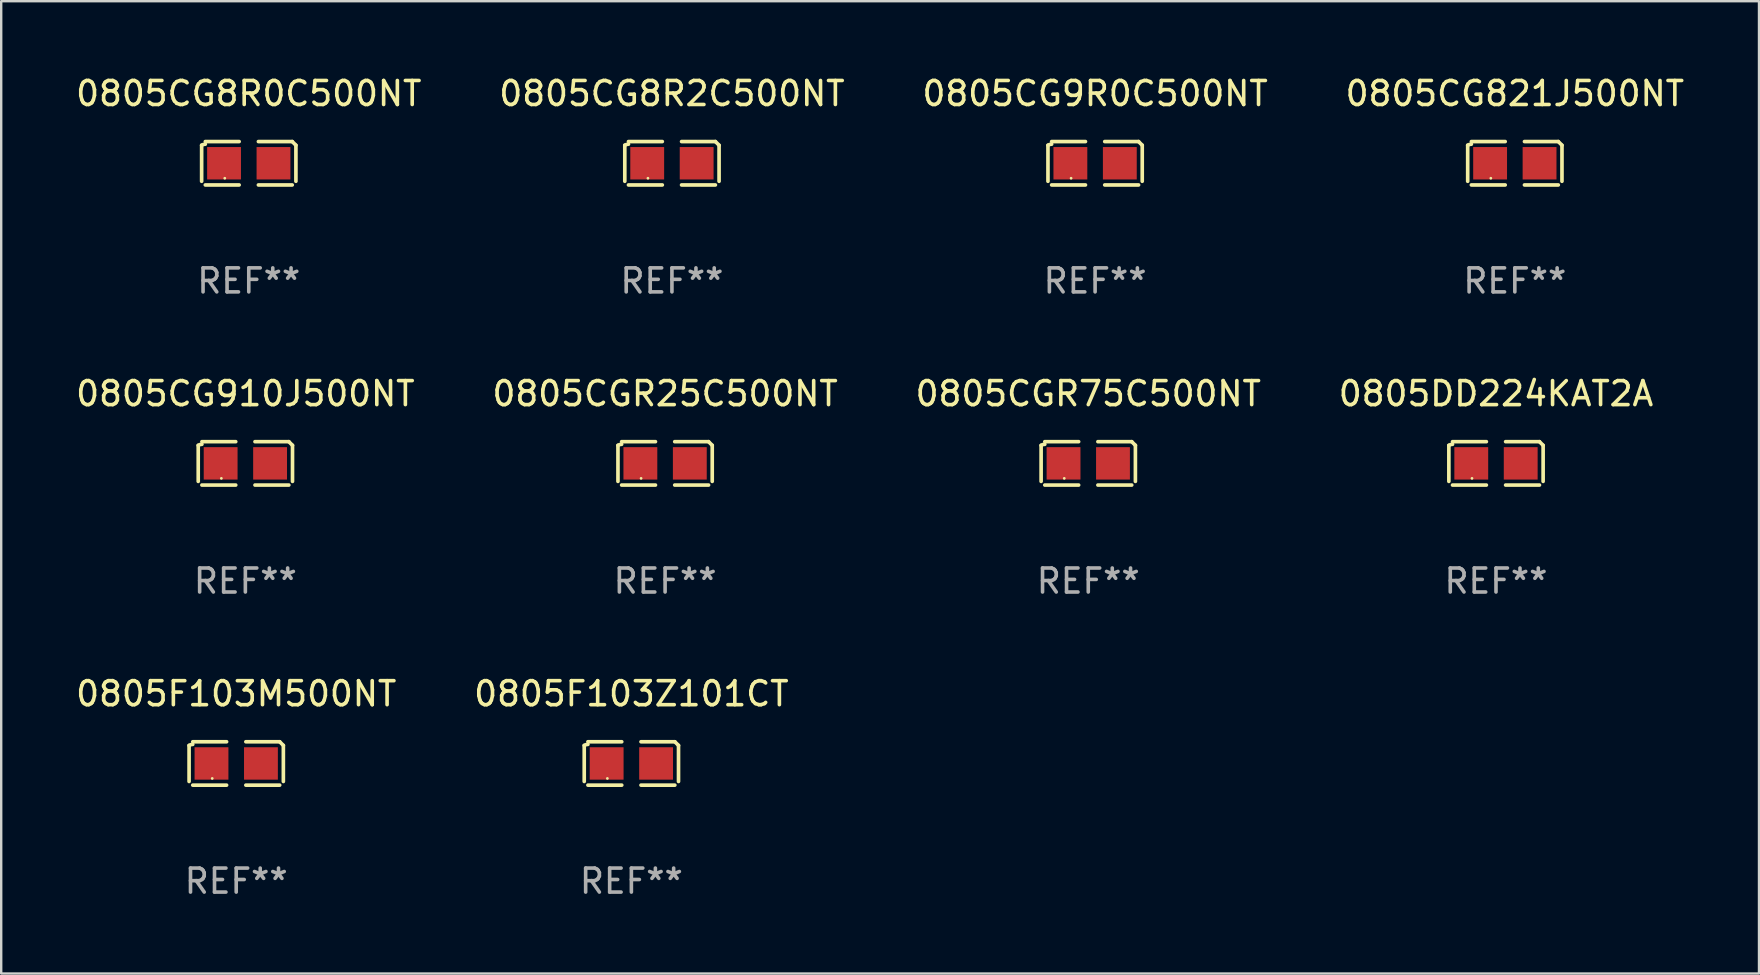
<source format=kicad_pcb>
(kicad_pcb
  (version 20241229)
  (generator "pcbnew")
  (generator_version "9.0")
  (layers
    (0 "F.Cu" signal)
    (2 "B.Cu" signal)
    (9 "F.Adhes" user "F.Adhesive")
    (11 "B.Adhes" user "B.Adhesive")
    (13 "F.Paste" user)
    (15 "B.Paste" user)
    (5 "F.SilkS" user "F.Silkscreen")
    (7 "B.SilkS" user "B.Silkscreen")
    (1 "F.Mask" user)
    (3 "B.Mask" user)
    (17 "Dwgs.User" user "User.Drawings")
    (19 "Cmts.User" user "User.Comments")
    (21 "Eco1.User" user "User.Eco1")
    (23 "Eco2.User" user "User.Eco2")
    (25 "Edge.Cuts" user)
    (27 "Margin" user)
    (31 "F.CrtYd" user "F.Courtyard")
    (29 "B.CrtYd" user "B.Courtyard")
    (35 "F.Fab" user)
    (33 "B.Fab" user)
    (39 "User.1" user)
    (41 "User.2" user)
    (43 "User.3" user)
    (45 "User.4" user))
  (footprint "0805CG910J500NT"
    (layer "F.Cu")
    (at 7.173 16.256)
    (property "Reference" "0805CG910J500NT" (at 0 -2.904 0) (layer "F.SilkS") (effects (font (size 1 1) (thickness 0.15))))
    (attr through_hole)
    (fp_line (start -1.964 0.751) (end -1.964 -0.751) (stroke (width 0.152) (type solid)) (layer "F.SilkS"))
    (fp_line (start -1.811 -0.904) (end -0.401 -0.904) (stroke (width 0.152) (type solid)) (layer "F.SilkS"))
    (fp_line (start -0.401 0.904) (end -1.811 0.904) (stroke (width 0.152) (type solid)) (layer "F.SilkS"))
    (fp_line (start 0.401 0.904) (end 1.811 0.904) (stroke (width 0.152) (type solid)) (layer "F.SilkS"))
    (fp_line (start 1.811 -0.904) (end 0.401 -0.904) (stroke (width 0.152) (type solid)) (layer "F.SilkS"))
    (fp_line (start 1.964 0.751) (end 1.964 -0.751) (stroke (width 0.152) (type solid)) (layer "F.SilkS"))
    (fp_arc (start -1.963602 -0.751207) (mid -1.890354 -0.783131) (end -1.811201 -0.794044) (stroke (width 0.1524) (type solid)) (layer "F.SilkS"))
    (fp_arc (start 1.811202 -0.903607) (mid 1.887413 -0.827418) (end 1.963602 -0.751207) (stroke (width 0.1524) (type solid)) (layer "F.SilkS"))
    (fp_circle (center -1 0.625) (end -0.97 0.625) (stroke (width 0.06) (type solid)) (fill no) (layer "F.SilkS"))
    (fp_text user "REF**" (at 0 4.904 0) (layer "F.Fab") (effects (font (size 1 1) (thickness 0.15))))
    (pad "1" smd rect (at -1.03 0) (size 1.41 1.35) (layers "F.Cu" "F.Mask" "F.Paste"))
    (pad "2" smd rect (at 1.03 0) (size 1.41 1.35) (layers "F.Cu" "F.Mask" "F.Paste")))
  (footprint "0805CGR75C500NT"
    (layer "F.Cu")
    (at 42.292 16.256)
    (property "Reference" "0805CGR75C500NT" (at 0 -2.904 0) (layer "F.SilkS") (effects (font (size 1 1) (thickness 0.15))))
    (attr through_hole)
    (fp_line (start -1.964 0.751) (end -1.964 -0.751) (stroke (width 0.152) (type solid)) (layer "F.SilkS"))
    (fp_line (start -1.811 -0.904) (end -0.401 -0.904) (stroke (width 0.152) (type solid)) (layer "F.SilkS"))
    (fp_line (start -0.401 0.904) (end -1.811 0.904) (stroke (width 0.152) (type solid)) (layer "F.SilkS"))
    (fp_line (start 0.401 0.904) (end 1.811 0.904) (stroke (width 0.152) (type solid)) (layer "F.SilkS"))
    (fp_line (start 1.811 -0.904) (end 0.401 -0.904) (stroke (width 0.152) (type solid)) (layer "F.SilkS"))
    (fp_line (start 1.964 0.751) (end 1.964 -0.751) (stroke (width 0.152) (type solid)) (layer "F.SilkS"))
    (fp_arc (start -1.963602 -0.751207) (mid -1.890354 -0.783131) (end -1.811201 -0.794044) (stroke (width 0.1524) (type solid)) (layer "F.SilkS"))
    (fp_arc (start 1.811202 -0.903607) (mid 1.887413 -0.827418) (end 1.963602 -0.751207) (stroke (width 0.1524) (type solid)) (layer "F.SilkS"))
    (fp_circle (center -1 0.625) (end -0.97 0.625) (stroke (width 0.06) (type solid)) (fill no) (layer "F.SilkS"))
    (fp_text user "REF**" (at 0 4.904 0) (layer "F.Fab") (effects (font (size 1 1) (thickness 0.15))))
    (pad "1" smd rect (at -1.03 0) (size 1.41 1.35) (layers "F.Cu" "F.Mask" "F.Paste"))
    (pad "2" smd rect (at 1.03 0) (size 1.41 1.35) (layers "F.Cu" "F.Mask" "F.Paste")))
  (footprint "0805CG821J500NT"
    (layer "F.Cu")
    (at 60.065 3.752)
    (property "Reference" "0805CG821J500NT" (at 0 -2.904 0) (layer "F.SilkS") (effects (font (size 1 1) (thickness 0.15))))
    (attr through_hole)
    (fp_line (start -1.964 0.751) (end -1.964 -0.751) (stroke (width 0.152) (type solid)) (layer "F.SilkS"))
    (fp_line (start -1.811 -0.904) (end -0.401 -0.904) (stroke (width 0.152) (type solid)) (layer "F.SilkS"))
    (fp_line (start -0.401 0.904) (end -1.811 0.904) (stroke (width 0.152) (type solid)) (layer "F.SilkS"))
    (fp_line (start 0.401 0.904) (end 1.811 0.904) (stroke (width 0.152) (type solid)) (layer "F.SilkS"))
    (fp_line (start 1.811 -0.904) (end 0.401 -0.904) (stroke (width 0.152) (type solid)) (layer "F.SilkS"))
    (fp_line (start 1.964 0.751) (end 1.964 -0.751) (stroke (width 0.152) (type solid)) (layer "F.SilkS"))
    (fp_arc (start -1.963602 -0.751207) (mid -1.890354 -0.783131) (end -1.811201 -0.794044) (stroke (width 0.1524) (type solid)) (layer "F.SilkS"))
    (fp_arc (start 1.811202 -0.903607) (mid 1.887413 -0.827418) (end 1.963602 -0.751207) (stroke (width 0.1524) (type solid)) (layer "F.SilkS"))
    (fp_circle (center -1 0.625) (end -0.97 0.625) (stroke (width 0.06) (type solid)) (fill no) (layer "F.SilkS"))
    (fp_text user "REF**" (at 0 4.904 0) (layer "F.Fab") (effects (font (size 1 1) (thickness 0.15))))
    (pad "1" smd rect (at -1.03 0) (size 1.41 1.35) (layers "F.Cu" "F.Mask" "F.Paste"))
    (pad "2" smd rect (at 1.03 0) (size 1.41 1.35) (layers "F.Cu" "F.Mask" "F.Paste")))
  (footprint "0805F103Z101CT"
    (layer "F.Cu")
    (at 23.256 28.759)
    (property "Reference" "0805F103Z101CT" (at 0 -2.904 0) (layer "F.SilkS") (effects (font (size 1 1) (thickness 0.15))))
    (attr through_hole)
    (fp_line (start -1.964 0.751) (end -1.964 -0.751) (stroke (width 0.152) (type solid)) (layer "F.SilkS"))
    (fp_line (start -1.811 -0.904) (end -0.401 -0.904) (stroke (width 0.152) (type solid)) (layer "F.SilkS"))
    (fp_line (start -0.401 0.904) (end -1.811 0.904) (stroke (width 0.152) (type solid)) (layer "F.SilkS"))
    (fp_line (start 0.401 0.904) (end 1.811 0.904) (stroke (width 0.152) (type solid)) (layer "F.SilkS"))
    (fp_line (start 1.811 -0.904) (end 0.401 -0.904) (stroke (width 0.152) (type solid)) (layer "F.SilkS"))
    (fp_line (start 1.964 0.751) (end 1.964 -0.751) (stroke (width 0.152) (type solid)) (layer "F.SilkS"))
    (fp_arc (start -1.963602 -0.751207) (mid -1.890354 -0.783131) (end -1.811201 -0.794044) (stroke (width 0.1524) (type solid)) (layer "F.SilkS"))
    (fp_arc (start 1.811202 -0.903607) (mid 1.887413 -0.827418) (end 1.963602 -0.751207) (stroke (width 0.1524) (type solid)) (layer "F.SilkS"))
    (fp_circle (center -1 0.625) (end -0.97 0.625) (stroke (width 0.06) (type solid)) (fill no) (layer "F.SilkS"))
    (fp_text user "REF**" (at 0 4.904 0) (layer "F.Fab") (effects (font (size 1 1) (thickness 0.15))))
    (pad "1" smd rect (at -1.03 0) (size 1.41 1.35) (layers "F.Cu" "F.Mask" "F.Paste"))
    (pad "2" smd rect (at 1.03 0) (size 1.41 1.35) (layers "F.Cu" "F.Mask" "F.Paste")))
  (footprint "0805CG8R0C500NT"
    (layer "F.Cu")
    (at 7.315 3.752)
    (property "Reference" "0805CG8R0C500NT" (at 0 -2.904 0) (layer "F.SilkS") (effects (font (size 1 1) (thickness 0.15))))
    (attr through_hole)
    (fp_line (start -1.964 0.751) (end -1.964 -0.751) (stroke (width 0.152) (type solid)) (layer "F.SilkS"))
    (fp_line (start -1.811 -0.904) (end -0.401 -0.904) (stroke (width 0.152) (type solid)) (layer "F.SilkS"))
    (fp_line (start -0.401 0.904) (end -1.811 0.904) (stroke (width 0.152) (type solid)) (layer "F.SilkS"))
    (fp_line (start 0.401 0.904) (end 1.811 0.904) (stroke (width 0.152) (type solid)) (layer "F.SilkS"))
    (fp_line (start 1.811 -0.904) (end 0.401 -0.904) (stroke (width 0.152) (type solid)) (layer "F.SilkS"))
    (fp_line (start 1.964 0.751) (end 1.964 -0.751) (stroke (width 0.152) (type solid)) (layer "F.SilkS"))
    (fp_arc (start -1.963602 -0.751207) (mid -1.890354 -0.783131) (end -1.811201 -0.794044) (stroke (width 0.1524) (type solid)) (layer "F.SilkS"))
    (fp_arc (start 1.811202 -0.903607) (mid 1.887413 -0.827418) (end 1.963602 -0.751207) (stroke (width 0.1524) (type solid)) (layer "F.SilkS"))
    (fp_circle (center -1 0.625) (end -0.97 0.625) (stroke (width 0.06) (type solid)) (fill no) (layer "F.SilkS"))
    (fp_text user "REF**" (at 0 4.904 0) (layer "F.Fab") (effects (font (size 1 1) (thickness 0.15))))
    (pad "1" smd rect (at -1.03 0) (size 1.41 1.35) (layers "F.Cu" "F.Mask" "F.Paste"))
    (pad "2" smd rect (at 1.03 0) (size 1.41 1.35) (layers "F.Cu" "F.Mask" "F.Paste")))
  (footprint "0805CG8R2C500NT"
    (layer "F.Cu")
    (at 24.946 3.752)
    (property "Reference" "0805CG8R2C500NT" (at 0 -2.904 0) (layer "F.SilkS") (effects (font (size 1 1) (thickness 0.15))))
    (attr through_hole)
    (fp_line (start -1.964 0.751) (end -1.964 -0.751) (stroke (width 0.152) (type solid)) (layer "F.SilkS"))
    (fp_line (start -1.811 -0.904) (end -0.401 -0.904) (stroke (width 0.152) (type solid)) (layer "F.SilkS"))
    (fp_line (start -0.401 0.904) (end -1.811 0.904) (stroke (width 0.152) (type solid)) (layer "F.SilkS"))
    (fp_line (start 0.401 0.904) (end 1.811 0.904) (stroke (width 0.152) (type solid)) (layer "F.SilkS"))
    (fp_line (start 1.811 -0.904) (end 0.401 -0.904) (stroke (width 0.152) (type solid)) (layer "F.SilkS"))
    (fp_line (start 1.964 0.751) (end 1.964 -0.751) (stroke (width 0.152) (type solid)) (layer "F.SilkS"))
    (fp_arc (start -1.963602 -0.751207) (mid -1.890354 -0.783131) (end -1.811201 -0.794044) (stroke (width 0.1524) (type solid)) (layer "F.SilkS"))
    (fp_arc (start 1.811202 -0.903607) (mid 1.887413 -0.827418) (end 1.963602 -0.751207) (stroke (width 0.1524) (type solid)) (layer "F.SilkS"))
    (fp_circle (center -1 0.625) (end -0.97 0.625) (stroke (width 0.06) (type solid)) (fill no) (layer "F.SilkS"))
    (fp_text user "REF**" (at 0 4.904 0) (layer "F.Fab") (effects (font (size 1 1) (thickness 0.15))))
    (pad "1" smd rect (at -1.03 0) (size 1.41 1.35) (layers "F.Cu" "F.Mask" "F.Paste"))
    (pad "2" smd rect (at 1.03 0) (size 1.41 1.35) (layers "F.Cu" "F.Mask" "F.Paste")))
  (footprint "0805F103M500NT"
    (layer "F.Cu")
    (at 6.792 28.759)
    (property "Reference" "0805F103M500NT" (at 0 -2.904 0) (layer "F.SilkS") (effects (font (size 1 1) (thickness 0.15))))
    (attr through_hole)
    (fp_line (start -1.964 0.751) (end -1.964 -0.751) (stroke (width 0.152) (type solid)) (layer "F.SilkS"))
    (fp_line (start -1.811 -0.904) (end -0.401 -0.904) (stroke (width 0.152) (type solid)) (layer "F.SilkS"))
    (fp_line (start -0.401 0.904) (end -1.811 0.904) (stroke (width 0.152) (type solid)) (layer "F.SilkS"))
    (fp_line (start 0.401 0.904) (end 1.811 0.904) (stroke (width 0.152) (type solid)) (layer "F.SilkS"))
    (fp_line (start 1.811 -0.904) (end 0.401 -0.904) (stroke (width 0.152) (type solid)) (layer "F.SilkS"))
    (fp_line (start 1.964 0.751) (end 1.964 -0.751) (stroke (width 0.152) (type solid)) (layer "F.SilkS"))
    (fp_arc (start -1.963602 -0.751207) (mid -1.890354 -0.783131) (end -1.811201 -0.794044) (stroke (width 0.1524) (type solid)) (layer "F.SilkS"))
    (fp_arc (start 1.811202 -0.903607) (mid 1.887413 -0.827418) (end 1.963602 -0.751207) (stroke (width 0.1524) (type solid)) (layer "F.SilkS"))
    (fp_circle (center -1 0.625) (end -0.97 0.625) (stroke (width 0.06) (type solid)) (fill no) (layer "F.SilkS"))
    (fp_text user "REF**" (at 0 4.904 0) (layer "F.Fab") (effects (font (size 1 1) (thickness 0.15))))
    (pad "1" smd rect (at -1.03 0) (size 1.41 1.35) (layers "F.Cu" "F.Mask" "F.Paste"))
    (pad "2" smd rect (at 1.03 0) (size 1.41 1.35) (layers "F.Cu" "F.Mask" "F.Paste")))
  (footprint "0805DD224KAT2A"
    (layer "F.Cu")
    (at 59.28 16.256)
    (property "Reference" "0805DD224KAT2A" (at 0 -2.904 0) (layer "F.SilkS") (effects (font (size 1 1) (thickness 0.15))))
    (attr through_hole)
    (fp_line (start -1.964 0.751) (end -1.964 -0.751) (stroke (width 0.152) (type solid)) (layer "F.SilkS"))
    (fp_line (start -1.811 -0.904) (end -0.401 -0.904) (stroke (width 0.152) (type solid)) (layer "F.SilkS"))
    (fp_line (start -0.401 0.904) (end -1.811 0.904) (stroke (width 0.152) (type solid)) (layer "F.SilkS"))
    (fp_line (start 0.401 0.904) (end 1.811 0.904) (stroke (width 0.152) (type solid)) (layer "F.SilkS"))
    (fp_line (start 1.811 -0.904) (end 0.401 -0.904) (stroke (width 0.152) (type solid)) (layer "F.SilkS"))
    (fp_line (start 1.964 0.751) (end 1.964 -0.751) (stroke (width 0.152) (type solid)) (layer "F.SilkS"))
    (fp_arc (start -1.963602 -0.751207) (mid -1.890354 -0.783131) (end -1.811201 -0.794044) (stroke (width 0.1524) (type solid)) (layer "F.SilkS"))
    (fp_arc (start 1.811202 -0.903607) (mid 1.887413 -0.827418) (end 1.963602 -0.751207) (stroke (width 0.1524) (type solid)) (layer "F.SilkS"))
    (fp_circle (center -1 0.625) (end -0.97 0.625) (stroke (width 0.06) (type solid)) (fill no) (layer "F.SilkS"))
    (fp_text user "REF**" (at 0 4.904 0) (layer "F.Fab") (effects (font (size 1 1) (thickness 0.15))))
    (pad "1" smd rect (at -1.03 0) (size 1.41 1.35) (layers "F.Cu" "F.Mask" "F.Paste"))
    (pad "2" smd rect (at 1.03 0) (size 1.41 1.35) (layers "F.Cu" "F.Mask" "F.Paste")))
  (footprint "0805CG9R0C500NT"
    (layer "F.Cu")
    (at 42.577 3.752)
    (property "Reference" "0805CG9R0C500NT" (at 0 -2.904 0) (layer "F.SilkS") (effects (font (size 1 1) (thickness 0.15))))
    (attr through_hole)
    (fp_line (start -1.964 0.751) (end -1.964 -0.751) (stroke (width 0.152) (type solid)) (layer "F.SilkS"))
    (fp_line (start -1.811 -0.904) (end -0.401 -0.904) (stroke (width 0.152) (type solid)) (layer "F.SilkS"))
    (fp_line (start -0.401 0.904) (end -1.811 0.904) (stroke (width 0.152) (type solid)) (layer "F.SilkS"))
    (fp_line (start 0.401 0.904) (end 1.811 0.904) (stroke (width 0.152) (type solid)) (layer "F.SilkS"))
    (fp_line (start 1.811 -0.904) (end 0.401 -0.904) (stroke (width 0.152) (type solid)) (layer "F.SilkS"))
    (fp_line (start 1.964 0.751) (end 1.964 -0.751) (stroke (width 0.152) (type solid)) (layer "F.SilkS"))
    (fp_arc (start -1.963602 -0.751207) (mid -1.890354 -0.783131) (end -1.811201 -0.794044) (stroke (width 0.1524) (type solid)) (layer "F.SilkS"))
    (fp_arc (start 1.811202 -0.903607) (mid 1.887413 -0.827418) (end 1.963602 -0.751207) (stroke (width 0.1524) (type solid)) (layer "F.SilkS"))
    (fp_circle (center -1 0.625) (end -0.97 0.625) (stroke (width 0.06) (type solid)) (fill no) (layer "F.SilkS"))
    (fp_text user "REF**" (at 0 4.904 0) (layer "F.Fab") (effects (font (size 1 1) (thickness 0.15))))
    (pad "1" smd rect (at -1.03 0) (size 1.41 1.35) (layers "F.Cu" "F.Mask" "F.Paste"))
    (pad "2" smd rect (at 1.03 0) (size 1.41 1.35) (layers "F.Cu" "F.Mask" "F.Paste")))
  (footprint "0805CGR25C500NT"
    (layer "F.Cu")
    (at 24.661 16.256)
    (property "Reference" "0805CGR25C500NT" (at 0 -2.904 0) (layer "F.SilkS") (effects (font (size 1 1) (thickness 0.15))))
    (attr through_hole)
    (fp_line (start -1.964 0.751) (end -1.964 -0.751) (stroke (width 0.152) (type solid)) (layer "F.SilkS"))
    (fp_line (start -1.811 -0.904) (end -0.401 -0.904) (stroke (width 0.152) (type solid)) (layer "F.SilkS"))
    (fp_line (start -0.401 0.904) (end -1.811 0.904) (stroke (width 0.152) (type solid)) (layer "F.SilkS"))
    (fp_line (start 0.401 0.904) (end 1.811 0.904) (stroke (width 0.152) (type solid)) (layer "F.SilkS"))
    (fp_line (start 1.811 -0.904) (end 0.401 -0.904) (stroke (width 0.152) (type solid)) (layer "F.SilkS"))
    (fp_line (start 1.964 0.751) (end 1.964 -0.751) (stroke (width 0.152) (type solid)) (layer "F.SilkS"))
    (fp_arc (start -1.963602 -0.751207) (mid -1.890354 -0.783131) (end -1.811201 -0.794044) (stroke (width 0.1524) (type solid)) (layer "F.SilkS"))
    (fp_arc (start 1.811202 -0.903607) (mid 1.887413 -0.827418) (end 1.963602 -0.751207) (stroke (width 0.1524) (type solid)) (layer "F.SilkS"))
    (fp_circle (center -1 0.625) (end -0.97 0.625) (stroke (width 0.06) (type solid)) (fill no) (layer "F.SilkS"))
    (fp_text user "REF**" (at 0 4.904 0) (layer "F.Fab") (effects (font (size 1 1) (thickness 0.15))))
    (pad "1" smd rect (at -1.03 0) (size 1.41 1.35) (layers "F.Cu" "F.Mask" "F.Paste"))
    (pad "2" smd rect (at 1.03 0) (size 1.41 1.35) (layers "F.Cu" "F.Mask" "F.Paste")))
  (gr_rect
    (start -3 -3)
    (end 70.238 37.511)
    (stroke (width 0.1) (type default))
    (fill no)
    (layer "Edge.Cuts")))
</source>
